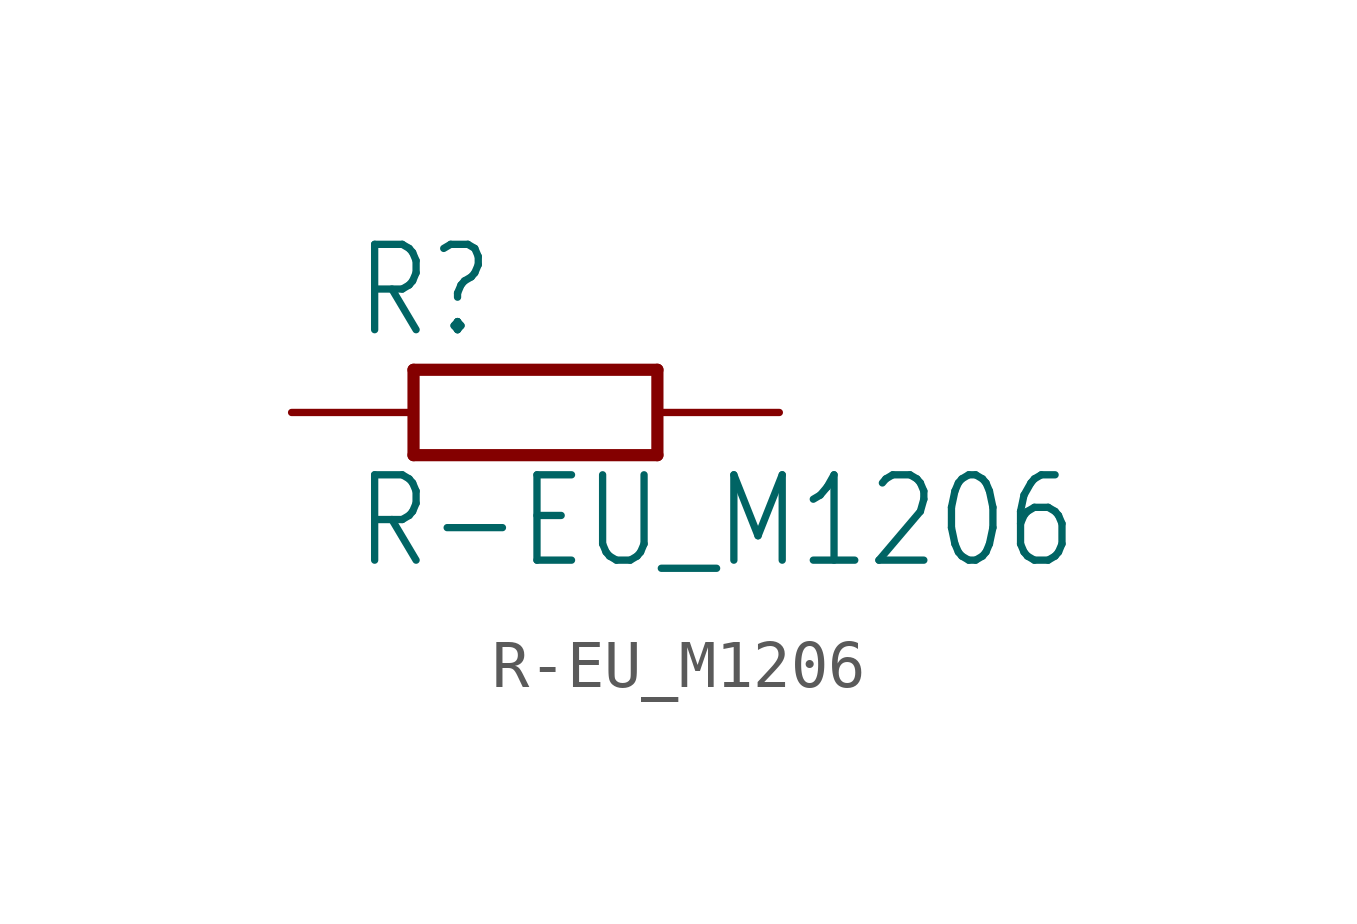
<source format=kicad_sym>
(kicad_symbol_lib
  (version 20210619)
  (generator kicad_symbol_editor)
  (symbol "R-EU_M1206"
    (property "Reference" "R"
      (at -3.81 1.499 0)
      (effects (font (size 1.778 1.511)) (justify left bottom)))
    (property "Value" "R-EU_M1206"
      (at -3.81 -3.302 0)
      (effects (font (size 1.778 1.511)) (justify left bottom)))
    (property "ki_locked" ""
      (at 0 0 0)
      (effects (font (size 1.27 1.27))))
    (symbol "R-EU_M1206_1_0"
      (polyline (pts (xy -2.54 -0.889) (xy -2.54 0.889)) (stroke (width 0.254)) (fill (type none)))
      (polyline (pts (xy -2.54 -0.889) (xy 2.54 -0.889)) (stroke (width 0.254)) (fill (type none)))
      (polyline (pts (xy 2.54 -0.889) (xy 2.54 0.889)) (stroke (width 0.254)) (fill (type none)))
      (polyline (pts (xy 2.54 0.889) (xy -2.54 0.889)) (stroke (width 0.254)) (fill (type none)))
      (pin passive line (at -5.08 0 0) (length 2.54) (name "1" (effects (font (size 0 0)))) (number "1" (effects (font (size 0 0)))))
      (pin passive line (at 5.08 0 180) (length 2.54) (name "2" (effects (font (size 0 0)))) (number "2" (effects (font (size 0 0))))))))
</source>
